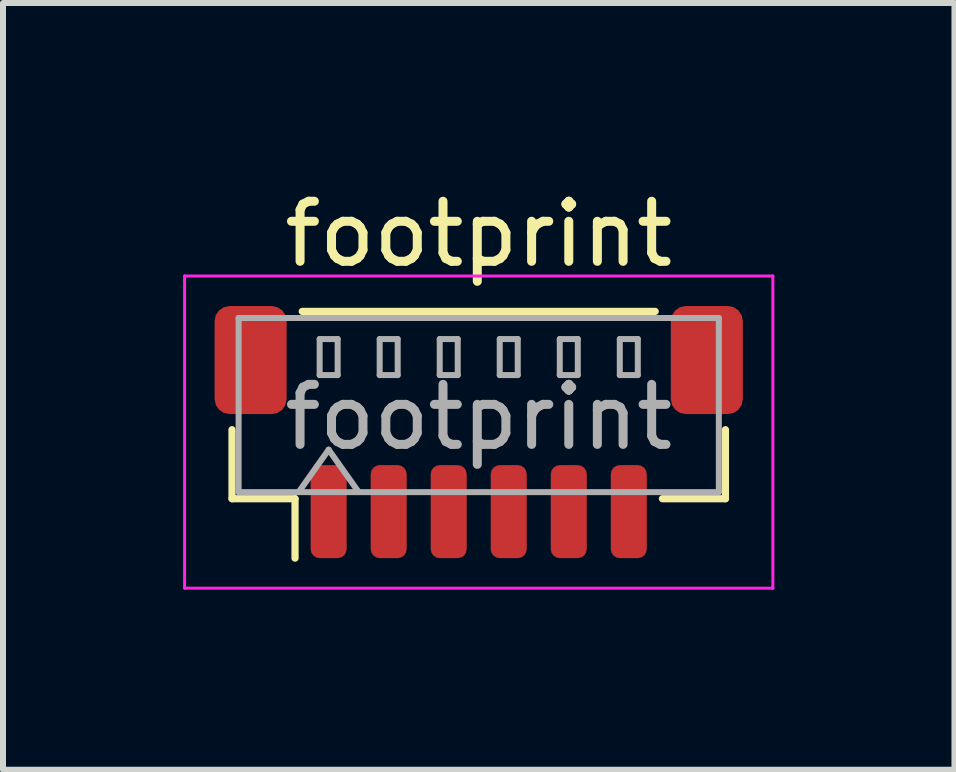
<source format=kicad_pcb>
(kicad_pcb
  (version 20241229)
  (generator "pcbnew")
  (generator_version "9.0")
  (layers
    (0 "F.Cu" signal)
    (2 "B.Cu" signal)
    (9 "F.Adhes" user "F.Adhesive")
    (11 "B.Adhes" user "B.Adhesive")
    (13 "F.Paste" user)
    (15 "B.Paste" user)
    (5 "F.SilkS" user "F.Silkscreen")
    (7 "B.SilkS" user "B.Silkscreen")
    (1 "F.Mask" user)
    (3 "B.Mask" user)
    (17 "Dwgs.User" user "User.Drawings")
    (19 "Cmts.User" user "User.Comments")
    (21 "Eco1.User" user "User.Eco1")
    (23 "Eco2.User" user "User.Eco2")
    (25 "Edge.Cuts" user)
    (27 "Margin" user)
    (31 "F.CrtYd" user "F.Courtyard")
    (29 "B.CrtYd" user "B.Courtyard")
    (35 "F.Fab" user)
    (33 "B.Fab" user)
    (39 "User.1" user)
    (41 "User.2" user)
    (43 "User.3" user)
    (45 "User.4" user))
  (footprint "footprint"
    (layer "F.Cu")
    (at 4.925 4.148)
    (property "Reference" "footprint" (at 0 -3.3 0) (layer "F.SilkS") (effects (font (size 1 1) (thickness 0.15))))
    (attr smd)
    (fp_line (start -4.11 -0.04) (end -4.11 1.11) (stroke (width 0.12) (type solid)) (layer "F.SilkS"))
    (fp_line (start -4.11 1.11) (end -3.06 1.11) (stroke (width 0.12) (type solid)) (layer "F.SilkS"))
    (fp_line (start -3.06 1.11) (end -3.06 2.1) (stroke (width 0.12) (type solid)) (layer "F.SilkS"))
    (fp_line (start -2.94 -2.01) (end 2.94 -2.01) (stroke (width 0.12) (type solid)) (layer "F.SilkS"))
    (fp_line (start 4.11 -0.04) (end 4.11 1.11) (stroke (width 0.12) (type solid)) (layer "F.SilkS"))
    (fp_line (start 4.11 1.11) (end 3.06 1.11) (stroke (width 0.12) (type solid)) (layer "F.SilkS"))
    (fp_line (start -4.9 -2.6) (end -4.9 2.6) (stroke (width 0.05) (type solid)) (layer "F.CrtYd"))
    (fp_line (start -4.9 2.6) (end 4.9 2.6) (stroke (width 0.05) (type solid)) (layer "F.CrtYd"))
    (fp_line (start 4.9 -2.6) (end -4.9 -2.6) (stroke (width 0.05) (type solid)) (layer "F.CrtYd"))
    (fp_line (start 4.9 2.6) (end 4.9 -2.6) (stroke (width 0.05) (type solid)) (layer "F.CrtYd"))
    (fp_line (start -4 -1.9) (end 4 -1.9) (stroke (width 0.1) (type solid)) (layer "F.Fab"))
    (fp_line (start -4 1) (end -4 -1.9) (stroke (width 0.1) (type solid)) (layer "F.Fab"))
    (fp_line (start -4 1) (end 4 1) (stroke (width 0.1) (type solid)) (layer "F.Fab"))
    (fp_line (start -3 1) (end -2.5 0.293) (stroke (width 0.1) (type solid)) (layer "F.Fab"))
    (fp_line (start -2.65 -1.55) (end -2.65 -0.95) (stroke (width 0.1) (type solid)) (layer "F.Fab"))
    (fp_line (start -2.65 -0.95) (end -2.35 -0.95) (stroke (width 0.1) (type solid)) (layer "F.Fab"))
    (fp_line (start -2.5 0.293) (end -2 1) (stroke (width 0.1) (type solid)) (layer "F.Fab"))
    (fp_line (start -2.35 -1.55) (end -2.65 -1.55) (stroke (width 0.1) (type solid)) (layer "F.Fab"))
    (fp_line (start -2.35 -0.95) (end -2.35 -1.55) (stroke (width 0.1) (type solid)) (layer "F.Fab"))
    (fp_line (start -1.65 -1.55) (end -1.65 -0.95) (stroke (width 0.1) (type solid)) (layer "F.Fab"))
    (fp_line (start -1.65 -0.95) (end -1.35 -0.95) (stroke (width 0.1) (type solid)) (layer "F.Fab"))
    (fp_line (start -1.35 -1.55) (end -1.65 -1.55) (stroke (width 0.1) (type solid)) (layer "F.Fab"))
    (fp_line (start -1.35 -0.95) (end -1.35 -1.55) (stroke (width 0.1) (type solid)) (layer "F.Fab"))
    (fp_line (start -0.65 -1.55) (end -0.65 -0.95) (stroke (width 0.1) (type solid)) (layer "F.Fab"))
    (fp_line (start -0.65 -0.95) (end -0.35 -0.95) (stroke (width 0.1) (type solid)) (layer "F.Fab"))
    (fp_line (start -0.35 -1.55) (end -0.65 -1.55) (stroke (width 0.1) (type solid)) (layer "F.Fab"))
    (fp_line (start -0.35 -0.95) (end -0.35 -1.55) (stroke (width 0.1) (type solid)) (layer "F.Fab"))
    (fp_line (start 0.35 -1.55) (end 0.35 -0.95) (stroke (width 0.1) (type solid)) (layer "F.Fab"))
    (fp_line (start 0.35 -0.95) (end 0.65 -0.95) (stroke (width 0.1) (type solid)) (layer "F.Fab"))
    (fp_line (start 0.65 -1.55) (end 0.35 -1.55) (stroke (width 0.1) (type solid)) (layer "F.Fab"))
    (fp_line (start 0.65 -0.95) (end 0.65 -1.55) (stroke (width 0.1) (type solid)) (layer "F.Fab"))
    (fp_line (start 1.35 -1.55) (end 1.35 -0.95) (stroke (width 0.1) (type solid)) (layer "F.Fab"))
    (fp_line (start 1.35 -0.95) (end 1.65 -0.95) (stroke (width 0.1) (type solid)) (layer "F.Fab"))
    (fp_line (start 1.65 -1.55) (end 1.35 -1.55) (stroke (width 0.1) (type solid)) (layer "F.Fab"))
    (fp_line (start 1.65 -0.95) (end 1.65 -1.55) (stroke (width 0.1) (type solid)) (layer "F.Fab"))
    (fp_line (start 2.35 -1.55) (end 2.35 -0.95) (stroke (width 0.1) (type solid)) (layer "F.Fab"))
    (fp_line (start 2.35 -0.95) (end 2.65 -0.95) (stroke (width 0.1) (type solid)) (layer "F.Fab"))
    (fp_line (start 2.65 -1.55) (end 2.35 -1.55) (stroke (width 0.1) (type solid)) (layer "F.Fab"))
    (fp_line (start 2.65 -0.95) (end 2.65 -1.55) (stroke (width 0.1) (type solid)) (layer "F.Fab"))
    (fp_line (start 4 1) (end 4 -1.9) (stroke (width 0.1) (type solid)) (layer "F.Fab"))
    (fp_text user "${REFERENCE}" (at 0 -0.25 0) (layer "F.Fab") (effects (font (size 1 1) (thickness 0.15))))
    (pad "1" smd roundrect (at -2.5 1.325) (size 0.6 1.55) (layers "F.Cu" "F.Mask" "F.Paste") (roundrect_rratio 0.25))
    (pad "2" smd roundrect (at -1.5 1.325) (size 0.6 1.55) (layers "F.Cu" "F.Mask" "F.Paste") (roundrect_rratio 0.25))
    (pad "3" smd roundrect (at -0.5 1.325) (size 0.6 1.55) (layers "F.Cu" "F.Mask" "F.Paste") (roundrect_rratio 0.25))
    (pad "4" smd roundrect (at 0.5 1.325) (size 0.6 1.55) (layers "F.Cu" "F.Mask" "F.Paste") (roundrect_rratio 0.25))
    (pad "5" smd roundrect (at 1.5 1.325) (size 0.6 1.55) (layers "F.Cu" "F.Mask" "F.Paste") (roundrect_rratio 0.25))
    (pad "6" smd roundrect (at 2.5 1.325) (size 0.6 1.55) (layers "F.Cu" "F.Mask" "F.Paste") (roundrect_rratio 0.25))
    (pad "MP" smd roundrect (at -3.8 -1.2) (size 1.2 1.8) (layers "F.Cu" "F.Mask" "F.Paste") (roundrect_rratio 0.208))
    (pad "MP" smd roundrect (at 3.8 -1.2) (size 1.2 1.8) (layers "F.Cu" "F.Mask" "F.Paste") (roundrect_rratio 0.208)))
  (gr_rect
    (start -3 -3)
    (end 12.85 9.773)
    (stroke (width 0.1) (type default))
    (fill no)
    (layer "Edge.Cuts")))
</source>
